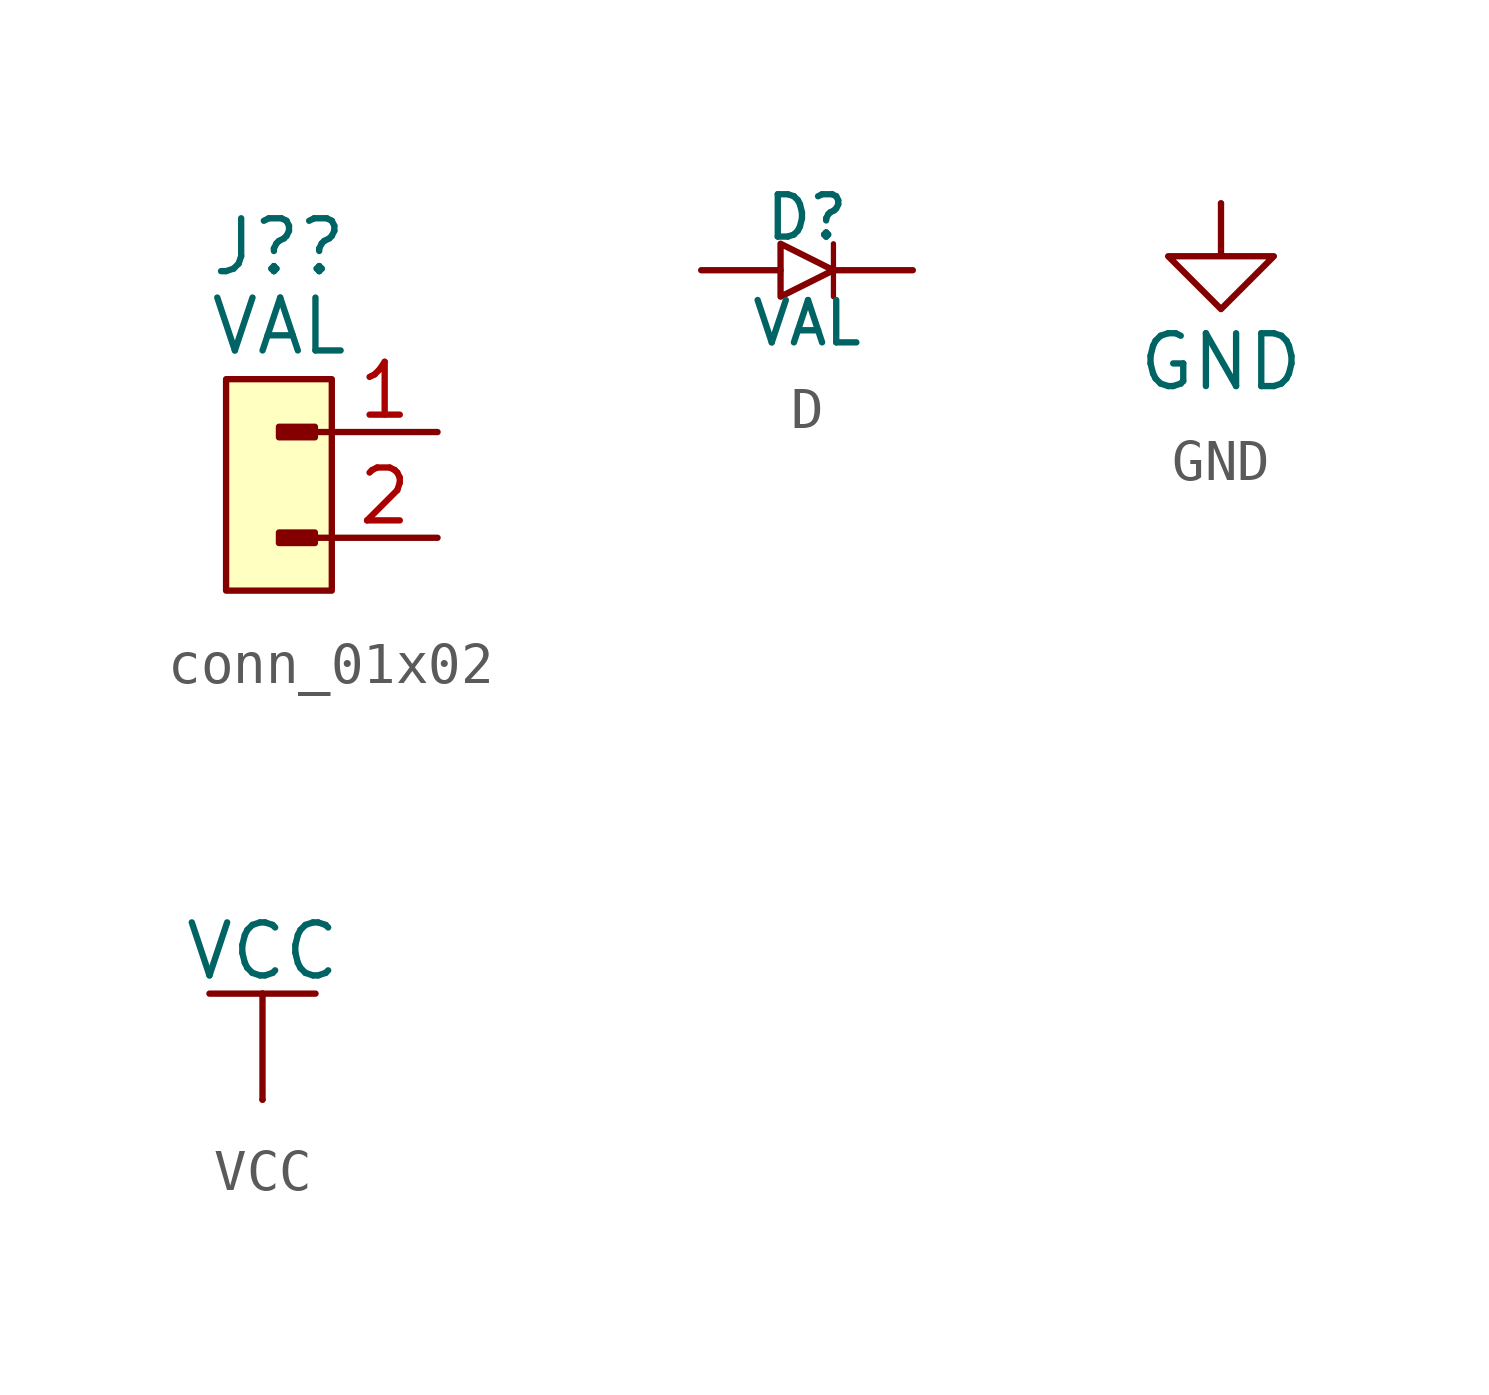
<source format=kicad_sym>
(kicad_symbol_lib
  (version 20231120)
  (generator "kicad_symbol_editor")
  (generator_version "8.0")
  (symbol "conn_01x02"
    (property "Reference" "J?"
      (at 0 5.715 0)
      (do_not_autoplace)
      (effects (font (size 1.27 1.27))))
    (property "Value" "VAL"
      (at 0 3.81 0)
      (do_not_autoplace)
      (effects (font (size 1.27 1.27))))
    (symbol "conn_01x02_1_1"
      (rectangle (start -1.27 2.54) (end 1.27 -2.54) (stroke (width 0) (type default)) (fill (type background)))
      (polyline (pts (xy 1.27 -1.27) (xy 0.864 -1.27)) (stroke (width 0.152) (type default)) (fill (type none)))
      (polyline (pts (xy 1.27 1.27) (xy 0.864 1.27)) (stroke (width 0.152) (type default)) (fill (type none)))
      (rectangle (start 0.864 -1.397) (end 0 -1.143) (stroke (width 0.152) (type default)) (fill (type outline)))
      (rectangle (start 0.864 1.397) (end 0 1.143) (stroke (width 0.152) (type default)) (fill (type outline)))
      (pin passive line (at 3.81 1.27 180) (length 2.54) (name "" (effects (font (size 1.27 1.27)))) (number "1" (effects (font (size 1.27 1.27)))))
      (pin passive line (at 3.81 -1.27 180) (length 2.54) (name "" (effects (font (size 1.27 1.27)))) (number "2" (effects (font (size 1.27 1.27)))))))
  (symbol "D"
    (pin_numbers hide)
    (property "Reference" "D"
      (at 0 1.27 0)
      (do_not_autoplace)
      (effects (font (size 1.016 1.016))))
    (property "Value" "VAL"
      (at 0 -1.27 0)
      (do_not_autoplace)
      (effects (font (size 1.016 1.016))))
    (symbol "D_1_0"
      (pin passive line (at -2.54 0 0) (length 1.905) (name "" (effects (font (size 1.27 1.27)))) (number "1" (effects (font (size 1.27 1.27)))))
      (pin passive line (at 2.54 0 180) (length 1.905) (name "" (effects (font (size 1.27 1.27)))) (number "2" (effects (font (size 1.27 1.27))))))
    (symbol "D_1_1"
      (polyline (pts (xy 0.635 -0.635) (xy 0.635 0.635)) (stroke (width 0.127) (type default)) (fill (type none)))
      (polyline (pts (xy -0.635 0.635) (xy -0.635 -0.635) (xy 0.635 0) (xy -0.635 0.635)) (stroke (width 0.152) (type default)) (fill (type none)))))
  (symbol "GND"
    (power)
    (pin_numbers hide)
    (pin_names
      (offset 0) hide)
    (property "Reference" "#PWR"
      (at 0 -6.35 0)
      (effects (font (size 1.27 1.27)) (hide yes)))
    (property "Value" "GND"
      (at 0 -3.81 0)
      (do_not_autoplace)
      (effects (font (size 1.27 1.27))))
    (symbol "GND_0_1"
      (polyline (pts (xy 0 0) (xy 0 -1.27) (xy 1.27 -1.27) (xy 0 -2.54) (xy -1.27 -1.27) (xy 0 -1.27)) (stroke (width 0) (type default)) (fill (type none))))
    (symbol "GND_1_1"
      (pin power_in line (at 0 0 270) (length 0) (name "~" (effects (font (size 1.27 1.27)))) (number "1" (effects (font (size 1.27 1.27)))))))
  (symbol "VCC"
    (power)
    (pin_numbers hide)
    (pin_names
      (offset 0) hide)
    (property "Reference" "#PWR"
      (at 0 -3.81 0)
      (effects (font (size 1.27 1.27)) (hide yes)))
    (property "Value" "VCC"
      (at 0 3.556 0)
      (do_not_autoplace)
      (effects (font (size 1.27 1.27))))
    (symbol "VCC_0_1"
      (polyline (pts (xy -1.27 2.54) (xy 0 2.54)) (stroke (width 0) (type default)) (fill (type none)))
      (polyline (pts (xy 0 0) (xy 0 2.54)) (stroke (width 0) (type default)) (fill (type none)))
      (polyline (pts (xy 0 2.54) (xy 1.27 2.54)) (stroke (width 0) (type default)) (fill (type none))))
    (symbol "VCC_1_1"
      (pin power_in line (at 0 0 90) (length 0) (name "~" (effects (font (size 1.27 1.27)))) (number "1" (effects (font (size 1.27 1.27))))))))
</source>
